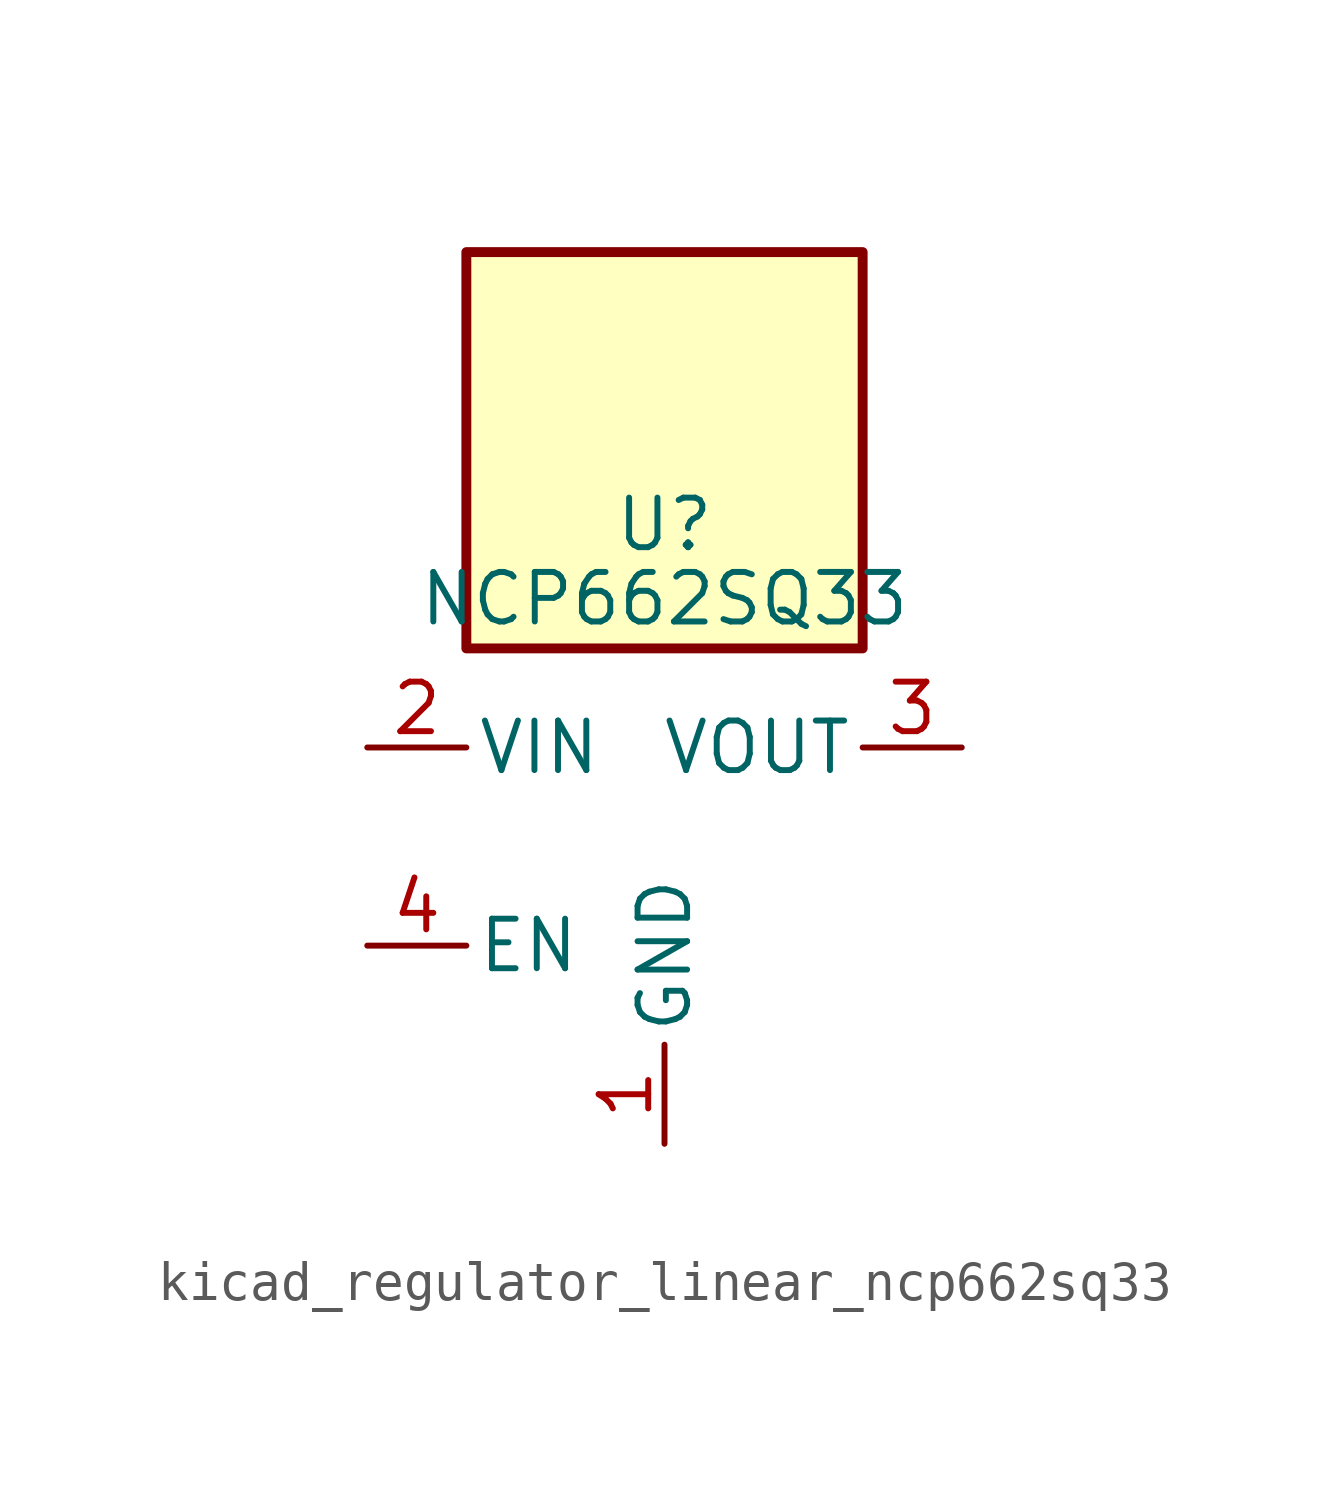
<source format=kicad_sym>
(kicad_symbol_lib
  (version 20220914)
  (generator kicad_symbol_editor)
  (symbol "kicad_regulator_linear_ncp662sq33"
    (pin_names
      (offset 0.254))
    (property "Reference" "U"
      (at 0 8.255 0)
      (effects (font (size 1.27 1.27))))
    (property "Value" "NCP662SQ33"
      (at 0 6.35 0)
      (effects (font (size 1.27 1.27))))
    (symbol "kicad_regulator_linear_ncp662sq33_0_1"
      (rectangle (start 5.08 15.24) (end -5.08 5.08) (stroke (width 0.254) (type default)) (fill (type background))))
    (symbol "kicad_regulator_linear_ncp662sq33_1_1"
      (pin power_in line (at 0 -7.62 90) (length 2.54) (name "GND" (effects (font (size 1.27 1.27)))) (number "1" (effects (font (size 1.27 1.27)))))
      (pin power_in line (at -7.62 2.54 0) (length 2.54) (name "VIN" (effects (font (size 1.27 1.27)))) (number "2" (effects (font (size 1.27 1.27)))))
      (pin power_out line (at 7.62 2.54 180) (length 2.54) (name "VOUT" (effects (font (size 1.27 1.27)))) (number "3" (effects (font (size 1.27 1.27)))))
      (pin input line (at -7.62 -2.54 0) (length 2.54) (name "EN" (effects (font (size 1.27 1.27)))) (number "4" (effects (font (size 1.27 1.27))))))))
</source>
